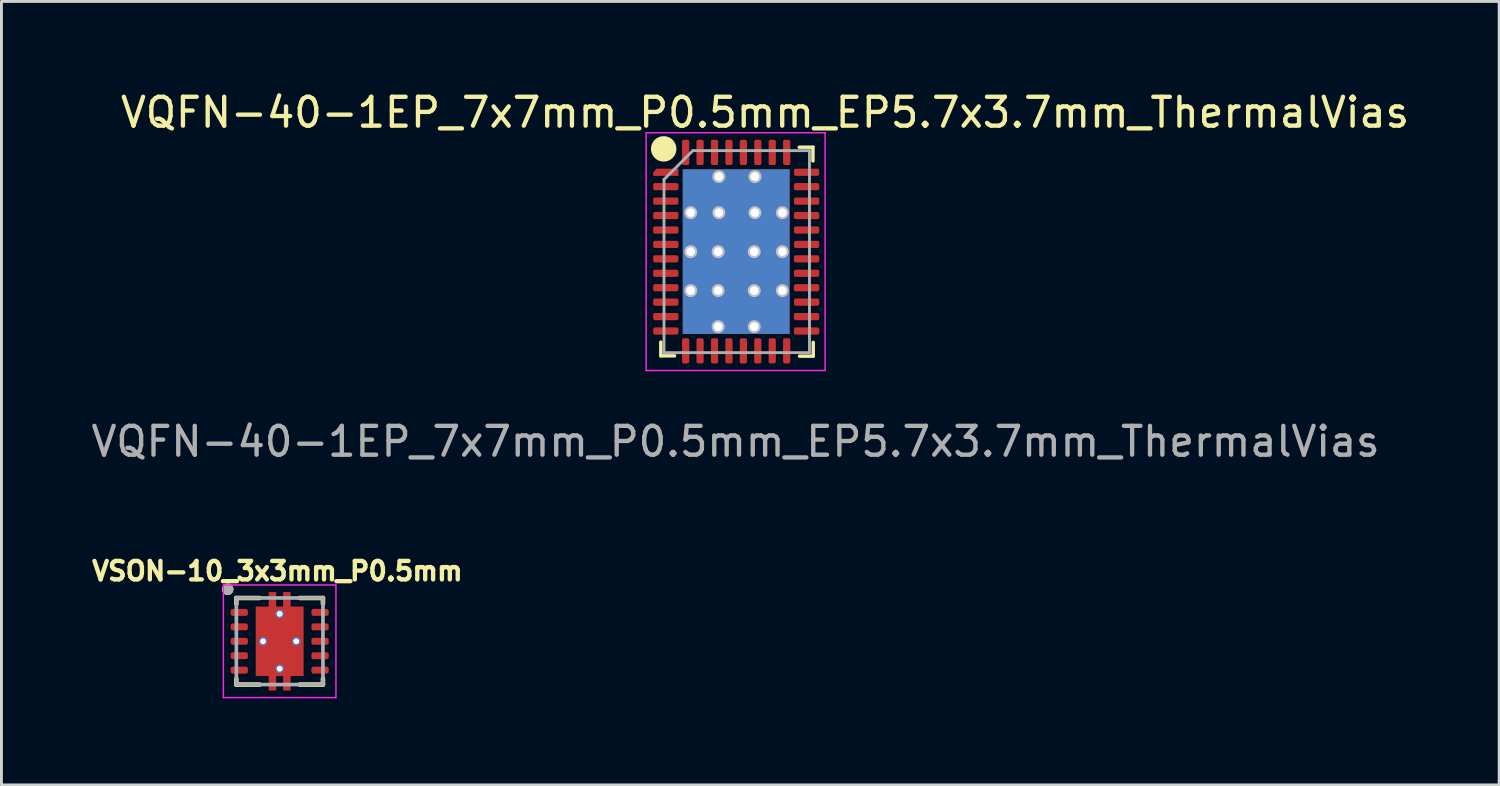
<source format=kicad_pcb>
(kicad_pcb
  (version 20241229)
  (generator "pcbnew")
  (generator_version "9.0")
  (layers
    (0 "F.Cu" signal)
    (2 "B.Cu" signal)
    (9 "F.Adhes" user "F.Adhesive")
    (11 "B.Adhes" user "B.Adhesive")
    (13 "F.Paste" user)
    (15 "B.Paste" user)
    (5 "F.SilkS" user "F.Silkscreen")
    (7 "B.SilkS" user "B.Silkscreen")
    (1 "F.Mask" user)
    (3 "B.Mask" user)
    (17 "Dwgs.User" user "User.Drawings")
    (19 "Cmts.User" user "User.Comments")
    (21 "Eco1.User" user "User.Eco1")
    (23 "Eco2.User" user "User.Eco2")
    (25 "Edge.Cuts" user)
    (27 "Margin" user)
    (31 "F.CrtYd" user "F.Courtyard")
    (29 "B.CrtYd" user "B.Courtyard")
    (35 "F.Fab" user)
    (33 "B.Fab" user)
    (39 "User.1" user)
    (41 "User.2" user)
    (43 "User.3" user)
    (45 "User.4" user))
  (footprint "VSON-10_3x3mm_P0.5mm"
    (layer "F.Cu")
    (at 6.639 19.168)
    (property "Reference" "VSON-10_3x3mm_P0.5mm" (at -0.078 -2.433 0) (layer "F.SilkS") (effects (font (size 0.64 0.64) (thickness 0.15))))
    (attr smd)
    (fp_poly (pts (xy -1.77 -1.19) (xy -1.03 -1.19) (xy -1.03 -0.81) (xy -1.77 -0.81)) (stroke (width 0.01) (type solid)) (fill yes) (layer "F.Mask"))
    (fp_poly (pts (xy -1.77 -0.69) (xy -1.03 -0.69) (xy -1.03 -0.31) (xy -1.77 -0.31)) (stroke (width 0.01) (type solid)) (fill yes) (layer "F.Mask"))
    (fp_poly (pts (xy -1.77 -0.19) (xy -1.03 -0.19) (xy -1.03 0.19) (xy -1.77 0.19)) (stroke (width 0.01) (type solid)) (fill yes) (layer "F.Mask"))
    (fp_poly (pts (xy -1.77 0.31) (xy -1.03 0.31) (xy -1.03 0.69) (xy -1.77 0.69)) (stroke (width 0.01) (type solid)) (fill yes) (layer "F.Mask"))
    (fp_poly (pts (xy -1.77 0.81) (xy -1.03 0.81) (xy -1.03 1.19) (xy -1.77 1.19)) (stroke (width 0.01) (type solid)) (fill yes) (layer "F.Mask"))
    (fp_poly (pts (xy 1.03 -1.19) (xy 1.77 -1.19) (xy 1.77 -0.81) (xy 1.03 -0.81)) (stroke (width 0.01) (type solid)) (fill yes) (layer "F.Mask"))
    (fp_poly (pts (xy 1.03 -0.69) (xy 1.77 -0.69) (xy 1.77 -0.31) (xy 1.03 -0.31)) (stroke (width 0.01) (type solid)) (fill yes) (layer "F.Mask"))
    (fp_poly (pts (xy 1.03 -0.19) (xy 1.77 -0.19) (xy 1.77 0.19) (xy 1.03 0.19)) (stroke (width 0.01) (type solid)) (fill yes) (layer "F.Mask"))
    (fp_poly (pts (xy 1.03 0.31) (xy 1.77 0.31) (xy 1.77 0.69) (xy 1.03 0.69)) (stroke (width 0.01) (type solid)) (fill yes) (layer "F.Mask"))
    (fp_poly (pts (xy 1.03 0.81) (xy 1.77 0.81) (xy 1.77 1.19) (xy 1.03 1.19)) (stroke (width 0.01) (type solid)) (fill yes) (layer "F.Mask"))
    (fp_poly (pts (xy -0.895 -1.27) (xy -0.445 -1.27) (xy -0.445 -1.77) (xy -0.055 -1.77) (xy -0.055 -1.27) (xy 0.055 -1.27) (xy 0.055 -1.77) (xy 0.445 -1.77) (xy 0.445 -1.27) (xy 0.895 -1.27) (xy 0.895 1.27) (xy 0.445 1.27) (xy 0.445 1.77) (xy 0.055 1.77) (xy 0.055 1.27) (xy -0.055 1.27) (xy -0.055 1.77) (xy -0.445 1.77) (xy -0.445 1.27) (xy -0.895 1.27)) (stroke (width 0.01) (type solid)) (fill yes) (layer "F.Mask"))
    (fp_line (start -1.5 -1.5) (end -1.5 -1.3) (stroke (width 0.159) (type solid)) (layer "F.SilkS"))
    (fp_line (start -1.5 -1.5) (end -0.695 -1.5) (stroke (width 0.159) (type solid)) (layer "F.SilkS"))
    (fp_line (start -1.5 1.3) (end -1.5 1.5) (stroke (width 0.159) (type solid)) (layer "F.SilkS"))
    (fp_line (start -1.5 1.5) (end -0.695 1.5) (stroke (width 0.159) (type solid)) (layer "F.SilkS"))
    (fp_line (start 0.695 -1.5) (end 1.5 -1.5) (stroke (width 0.159) (type solid)) (layer "F.SilkS"))
    (fp_line (start 0.695 1.5) (end 1.5 1.5) (stroke (width 0.159) (type solid)) (layer "F.SilkS"))
    (fp_line (start 1.5 -1.5) (end 1.5 -1.3) (stroke (width 0.159) (type solid)) (layer "F.SilkS"))
    (fp_line (start 1.5 1.3) (end 1.5 1.5) (stroke (width 0.159) (type solid)) (layer "F.SilkS"))
    (fp_circle (center -1.8 -1.8) (end -1.7 -1.8) (stroke (width 0.2) (type solid)) (fill no) (layer "F.SilkS"))
    (fp_poly (pts (xy -0.75 -1.16) (xy 0.75 -1.16) (xy 0.75 -0.1) (xy -0.75 -0.1)) (stroke (width 0.01) (type solid)) (fill yes) (layer "F.Paste"))
    (fp_poly (pts (xy -0.75 0.1) (xy 0.75 0.1) (xy 0.75 1.16) (xy -0.75 1.16)) (stroke (width 0.01) (type solid)) (fill yes) (layer "F.Paste"))
    (fp_poly (pts (xy -0.375 -1.7) (xy -0.125 -1.7) (xy -0.125 -1.36) (xy -0.375 -1.36)) (stroke (width 0.01) (type solid)) (fill yes) (layer "F.Paste"))
    (fp_poly (pts (xy -0.375 1.36) (xy -0.125 1.36) (xy -0.125 1.7) (xy -0.375 1.7)) (stroke (width 0.01) (type solid)) (fill yes) (layer "F.Paste"))
    (fp_poly (pts (xy 0.125 -1.7) (xy 0.375 -1.7) (xy 0.375 -1.36) (xy 0.125 -1.36)) (stroke (width 0.01) (type solid)) (fill yes) (layer "F.Paste"))
    (fp_poly (pts (xy 0.125 1.36) (xy 0.375 1.36) (xy 0.375 1.7) (xy 0.125 1.7)) (stroke (width 0.01) (type solid)) (fill yes) (layer "F.Paste"))
    (fp_line (start -1.95 -1.95) (end -1.95 1.95) (stroke (width 0.05) (type solid)) (layer "F.CrtYd"))
    (fp_line (start -1.95 -1.95) (end 1.95 -1.95) (stroke (width 0.05) (type solid)) (layer "F.CrtYd"))
    (fp_line (start -1.95 1.95) (end 1.95 1.95) (stroke (width 0.05) (type solid)) (layer "F.CrtYd"))
    (fp_line (start 1.95 -1.95) (end 1.95 1.95) (stroke (width 0.05) (type solid)) (layer "F.CrtYd"))
    (fp_line (start -1.5 -1.5) (end -1.5 1.5) (stroke (width 0.127) (type solid)) (layer "F.Fab"))
    (fp_line (start -1.5 -1.5) (end 1.5 -1.5) (stroke (width 0.127) (type solid)) (layer "F.Fab"))
    (fp_line (start -1.5 1.5) (end 1.5 1.5) (stroke (width 0.127) (type solid)) (layer "F.Fab"))
    (fp_line (start 1.5 -1.5) (end 1.5 1.5) (stroke (width 0.127) (type solid)) (layer "F.Fab"))
    (fp_circle (center -1.8 -1.8) (end -1.7 -1.8) (stroke (width 0.2) (type solid)) (fill no) (layer "F.Fab"))
    (pad "1" smd roundrect (at -1.4 -1) (size 0.6 0.24) (layers "F.Cu" "F.Paste") (roundrect_rratio 0.3))
    (pad "2" smd roundrect (at -1.4 -0.5) (size 0.6 0.24) (layers "F.Cu" "F.Paste") (roundrect_rratio 0.3))
    (pad "3" smd roundrect (at -1.4 0) (size 0.6 0.24) (layers "F.Cu" "F.Paste") (roundrect_rratio 0.3))
    (pad "4" smd roundrect (at -1.4 0.5) (size 0.6 0.24) (layers "F.Cu" "F.Paste") (roundrect_rratio 0.3))
    (pad "5" smd roundrect (at -1.4 1) (size 0.6 0.24) (layers "F.Cu" "F.Paste") (roundrect_rratio 0.3))
    (pad "6" smd roundrect (at 1.4 1) (size 0.6 0.24) (layers "F.Cu" "F.Paste") (roundrect_rratio 0.3))
    (pad "7" smd roundrect (at 1.4 0.5) (size 0.6 0.24) (layers "F.Cu" "F.Paste") (roundrect_rratio 0.3))
    (pad "8" smd roundrect (at 1.4 0) (size 0.6 0.24) (layers "F.Cu" "F.Paste") (roundrect_rratio 0.3))
    (pad "9" smd roundrect (at 1.4 -0.5) (size 0.6 0.24) (layers "F.Cu" "F.Paste") (roundrect_rratio 0.3))
    (pad "10" smd roundrect (at 1.4 -1) (size 0.6 0.24) (layers "F.Cu" "F.Paste") (roundrect_rratio 0.3))
    (pad "11" thru_hole circle (at -0.575 0) (size 0.3 0.3) (drill 0.2) (layers "*.Cu"))
    (pad "11" thru_hole circle (at 0 -0.95) (size 0.3 0.3) (drill 0.2) (layers "*.Cu" "F.Paste"))
    (pad "11" smd custom (at 0 0) (size 1.65 2.4) (layers "F.Cu") (options (anchor rect)) (primitives (gr_poly (pts (xy -0.825 -1.2) (xy -0.375 -1.2) (xy -0.375 -1.7) (xy -0.125 -1.7) (xy -0.125 -1.2) (xy 0.125 -1.2) (xy 0.125 -1.7) (xy 0.375 -1.7) (xy 0.375 -1.2) (xy 0.825 -1.2) (xy 0.825 1.2) (xy 0.375 1.2) (xy 0.375 1.7) (xy 0.125 1.7) (xy 0.125 1.2) (xy -0.125 1.2) (xy -0.125 1.7) (xy -0.375 1.7) (xy -0.375 1.2) (xy -0.825 1.2)) (width 0.01) (fill yes))))
    (pad "11" thru_hole circle (at 0 0.95) (size 0.3 0.3) (drill 0.2) (layers "*.Cu"))
    (pad "11" thru_hole circle (at 0.575 0) (size 0.3 0.3) (drill 0.2) (layers "*.Cu")))
  (footprint "VQFN-40-1EP_7x7mm_P0.5mm_EP5.7x3.7mm_ThermalVias"
    (layer "F.Cu")
    (at 22.455 5.668)
    (property "Reference" "VQFN-40-1EP_7x7mm_P0.5mm_EP5.7x3.7mm_ThermalVias" (at 1 -4.82 0) (layer "F.SilkS") (effects (font (size 1 1) (thickness 0.15))))
    (attr smd)
    (fp_line (start -2.61 3.61) (end -2.61 3.135) (stroke (width 0.12) (type solid)) (layer "F.SilkS"))
    (fp_line (start -2.135 3.61) (end -2.61 3.61) (stroke (width 0.12) (type solid)) (layer "F.SilkS"))
    (fp_line (start 2.185 -3.618) (end 2.66 -3.618) (stroke (width 0.12) (type solid)) (layer "F.SilkS"))
    (fp_line (start 2.195 3.62) (end 2.67 3.62) (stroke (width 0.12) (type solid)) (layer "F.SilkS"))
    (fp_line (start 2.66 -3.618) (end 2.66 -3.143) (stroke (width 0.12) (type solid)) (layer "F.SilkS"))
    (fp_line (start 2.67 3.62) (end 2.67 3.145) (stroke (width 0.12) (type solid)) (layer "F.SilkS"))
    (fp_circle (center -2.511 -3.56) (end -2.123 -3.51) (stroke (width 0.1) (type solid)) (fill yes) (layer "F.SilkS"))
    (fp_line (start -3.12 -4.12) (end -3.12 4.12) (stroke (width 0.05) (type solid)) (layer "F.CrtYd"))
    (fp_line (start -3.12 4.12) (end 3.08 4.12) (stroke (width 0.05) (type solid)) (layer "F.CrtYd"))
    (fp_line (start 3.08 -4.12) (end -3.12 -4.12) (stroke (width 0.05) (type solid)) (layer "F.CrtYd"))
    (fp_line (start 3.08 4.12) (end 3.08 -4.12) (stroke (width 0.05) (type solid)) (layer "F.CrtYd"))
    (fp_line (start -2.5 -2.5) (end -1.5 -3.5) (stroke (width 0.1) (type solid)) (layer "F.Fab"))
    (fp_line (start -2.5 3.5) (end -2.5 -2.5) (stroke (width 0.1) (type solid)) (layer "F.Fab"))
    (fp_line (start -1.5 -3.5) (end 2.54 -3.5) (stroke (width 0.1) (type solid)) (layer "F.Fab"))
    (fp_line (start 2.54 -3.5) (end 2.54 3.5) (stroke (width 0.1) (type solid)) (layer "F.Fab"))
    (fp_line (start 2.54 3.5) (end -2.5 3.5) (stroke (width 0.1) (type solid)) (layer "F.Fab"))
    (fp_text user "${REFERENCE}" (at -0.02 6.58 0) (layer "F.Fab") (effects (font (size 1 1) (thickness 0.15))))
    (pad "" smd roundrect (at -0.86 1.38) (size 1.28 2.14) (layers "F.Paste") (roundrect_rratio 0.12))
    (pad "" smd roundrect (at -0.75 -1.47) (size 1.28 2.14) (layers "F.Paste") (roundrect_rratio 0.12))
    (pad "" smd roundrect (at 0.8 -1.48) (size 1.28 2.14) (layers "F.Paste") (roundrect_rratio 0.12))
    (pad "" smd roundrect (at 0.84 1.37) (size 1.28 2.14) (layers "F.Paste") (roundrect_rratio 0.12))
    (pad "1" smd roundrect (at -2.438 -2.75) (size 0.875 0.25) (layers "F.Cu" "F.Mask" "F.Paste") (roundrect_rratio 0) (chamfer_ratio 0.5) (chamfer top_left))
    (pad "2" smd roundrect (at -2.438 -2.25) (size 0.875 0.25) (layers "F.Cu" "F.Mask" "F.Paste") (roundrect_rratio 0.25))
    (pad "3" smd roundrect (at -2.438 -1.75) (size 0.875 0.25) (layers "F.Cu" "F.Mask" "F.Paste") (roundrect_rratio 0.25))
    (pad "4" smd roundrect (at -2.438 -1.25) (size 0.875 0.25) (layers "F.Cu" "F.Mask" "F.Paste") (roundrect_rratio 0.25))
    (pad "5" smd roundrect (at -2.438 -0.75) (size 0.875 0.25) (layers "F.Cu" "F.Mask" "F.Paste") (roundrect_rratio 0.25))
    (pad "6" smd roundrect (at -2.438 -0.25) (size 0.875 0.25) (layers "F.Cu" "F.Mask" "F.Paste") (roundrect_rratio 0.25))
    (pad "7" smd roundrect (at -2.438 0.25) (size 0.875 0.25) (layers "F.Cu" "F.Mask" "F.Paste") (roundrect_rratio 0.25))
    (pad "8" smd roundrect (at -2.438 0.75) (size 0.875 0.25) (layers "F.Cu" "F.Mask" "F.Paste") (roundrect_rratio 0.25))
    (pad "9" smd roundrect (at -2.438 1.25) (size 0.875 0.25) (layers "F.Cu" "F.Mask" "F.Paste") (roundrect_rratio 0.25))
    (pad "10" smd roundrect (at -2.438 1.75) (size 0.875 0.25) (layers "F.Cu" "F.Mask" "F.Paste") (roundrect_rratio 0.25))
    (pad "11" smd roundrect (at -2.438 2.25) (size 0.875 0.25) (layers "F.Cu" "F.Mask" "F.Paste") (roundrect_rratio 0.25))
    (pad "12" smd roundrect (at -2.438 2.75) (size 0.875 0.25) (layers "F.Cu" "F.Mask" "F.Paste") (roundrect_rratio 0.25))
    (pad "13" smd roundrect (at -1.75 3.438) (size 0.25 0.875) (layers "F.Cu" "F.Mask" "F.Paste") (roundrect_rratio 0.25))
    (pad "14" smd roundrect (at -1.25 3.438) (size 0.25 0.875) (layers "F.Cu" "F.Mask" "F.Paste") (roundrect_rratio 0.25))
    (pad "15" smd roundrect (at -0.75 3.438) (size 0.25 0.875) (layers "F.Cu" "F.Mask" "F.Paste") (roundrect_rratio 0.25))
    (pad "16" smd roundrect (at -0.25 3.438) (size 0.25 0.875) (layers "F.Cu" "F.Mask" "F.Paste") (roundrect_rratio 0.25))
    (pad "17" smd roundrect (at 0.25 3.438) (size 0.25 0.875) (layers "F.Cu" "F.Mask" "F.Paste") (roundrect_rratio 0.25))
    (pad "18" smd roundrect (at 0.75 3.438) (size 0.25 0.875) (layers "F.Cu" "F.Mask" "F.Paste") (roundrect_rratio 0.25))
    (pad "19" smd roundrect (at 1.25 3.438) (size 0.25 0.875) (layers "F.Cu" "F.Mask" "F.Paste") (roundrect_rratio 0.25))
    (pad "20" smd roundrect (at 1.75 3.438) (size 0.25 0.875) (layers "F.Cu" "F.Mask" "F.Paste") (roundrect_rratio 0.25))
    (pad "21" smd roundrect (at 2.44 2.75) (size 0.875 0.25) (layers "F.Cu" "F.Mask" "F.Paste") (roundrect_rratio 0.25))
    (pad "22" smd roundrect (at 2.44 2.25) (size 0.875 0.25) (layers "F.Cu" "F.Mask" "F.Paste") (roundrect_rratio 0.25))
    (pad "23" smd roundrect (at 2.44 1.75) (size 0.875 0.25) (layers "F.Cu" "F.Mask" "F.Paste") (roundrect_rratio 0.25))
    (pad "24" smd roundrect (at 2.44 1.25) (size 0.875 0.25) (layers "F.Cu" "F.Mask" "F.Paste") (roundrect_rratio 0.25))
    (pad "25" smd roundrect (at 2.44 0.75) (size 0.875 0.25) (layers "F.Cu" "F.Mask" "F.Paste") (roundrect_rratio 0.25))
    (pad "26" smd roundrect (at 2.44 0.25) (size 0.875 0.25) (layers "F.Cu" "F.Mask" "F.Paste") (roundrect_rratio 0.25))
    (pad "27" smd roundrect (at 2.44 -0.25) (size 0.875 0.25) (layers "F.Cu" "F.Mask" "F.Paste") (roundrect_rratio 0.25))
    (pad "28" smd roundrect (at 2.44 -0.75) (size 0.875 0.25) (layers "F.Cu" "F.Mask" "F.Paste") (roundrect_rratio 0.25))
    (pad "29" smd roundrect (at 2.44 -1.25) (size 0.875 0.25) (layers "F.Cu" "F.Mask" "F.Paste") (roundrect_rratio 0.25))
    (pad "30" smd roundrect (at 2.44 -1.75) (size 0.875 0.25) (layers "F.Cu" "F.Mask" "F.Paste") (roundrect_rratio 0.25))
    (pad "31" smd roundrect (at 2.44 -2.25) (size 0.875 0.25) (layers "F.Cu" "F.Mask" "F.Paste") (roundrect_rratio 0.25))
    (pad "32" smd roundrect (at 2.44 -2.75) (size 0.875 0.25) (layers "F.Cu" "F.Mask" "F.Paste") (roundrect_rratio 0.25))
    (pad "33" smd roundrect (at 1.75 -3.438) (size 0.25 0.875) (layers "F.Cu" "F.Mask" "F.Paste") (roundrect_rratio 0.25))
    (pad "34" smd roundrect (at 1.25 -3.438) (size 0.25 0.875) (layers "F.Cu" "F.Mask" "F.Paste") (roundrect_rratio 0.25))
    (pad "35" smd roundrect (at 0.75 -3.438) (size 0.25 0.875) (layers "F.Cu" "F.Mask" "F.Paste") (roundrect_rratio 0.25))
    (pad "36" smd roundrect (at 0.25 -3.438) (size 0.25 0.875) (layers "F.Cu" "F.Mask" "F.Paste") (roundrect_rratio 0.25))
    (pad "37" smd roundrect (at -0.25 -3.438) (size 0.25 0.875) (layers "F.Cu" "F.Mask" "F.Paste") (roundrect_rratio 0.25))
    (pad "38" smd roundrect (at -0.75 -3.438) (size 0.25 0.875) (layers "F.Cu" "F.Mask" "F.Paste") (roundrect_rratio 0.25))
    (pad "39" smd roundrect (at -1.25 -3.438) (size 0.25 0.875) (layers "F.Cu" "F.Mask" "F.Paste") (roundrect_rratio 0.25))
    (pad "40" smd roundrect (at -1.75 -3.438) (size 0.25 0.875) (layers "F.Cu" "F.Mask" "F.Paste") (roundrect_rratio 0.25))
    (pad "41" thru_hole circle (at -1.575 -1.35 180) (size 0.45 0.45) (drill 0.3) (layers "*.Cu" "Dwgs.User"))
    (pad "41" thru_hole circle (at -1.575 0 180) (size 0.45 0.45) (drill 0.3) (layers "*.Cu" "Dwgs.User"))
    (pad "41" thru_hole circle (at -1.575 1.35 180) (size 0.45 0.45) (drill 0.3) (layers "*.Cu" "Dwgs.User"))
    (pad "41" thru_hole circle (at -0.625 0 180) (size 0.45 0.45) (drill 0.3) (layers "*.Cu" "Dwgs.User"))
    (pad "41" thru_hole circle (at -0.625 1.35 180) (size 0.45 0.45) (drill 0.3) (layers "*.Cu" "Dwgs.User"))
    (pad "41" thru_hole circle (at -0.625 2.6 180) (size 0.45 0.45) (drill 0.3) (layers "*.Cu" "Dwgs.User"))
    (pad "41" thru_hole circle (at -0.6 -2.6 180) (size 0.45 0.45) (drill 0.3) (layers "*.Cu" "Dwgs.User"))
    (pad "41" thru_hole circle (at -0.6 -1.35 180) (size 0.45 0.45) (drill 0.3) (layers "*.Cu" "Dwgs.User"))
    (pad "41" smd rect (at 0 0) (size 3.7 5.7) (layers "F.Cu" "F.Mask"))
    (pad "41" smd rect (at 0 0) (size 3.7 5.7) (layers "B.Cu"))
    (pad "41" thru_hole circle (at 0.625 0 180) (size 0.45 0.45) (drill 0.3) (layers "*.Cu" "Dwgs.User"))
    (pad "41" thru_hole circle (at 0.625 1.35 180) (size 0.45 0.45) (drill 0.3) (layers "*.Cu" "Dwgs.User"))
    (pad "41" thru_hole circle (at 0.625 2.6 180) (size 0.45 0.45) (drill 0.3) (layers "*.Cu" "Dwgs.User"))
    (pad "41" thru_hole circle (at 0.65 -2.6 180) (size 0.45 0.45) (drill 0.3) (layers "*.Cu" "Dwgs.User"))
    (pad "41" thru_hole circle (at 0.65 -1.35 180) (size 0.45 0.45) (drill 0.3) (layers "*.Cu" "Dwgs.User"))
    (pad "41" thru_hole circle (at 1.6 -1.35 180) (size 0.45 0.45) (drill 0.3) (layers "*.Cu" "Dwgs.User"))
    (pad "41" thru_hole circle (at 1.6 0 180) (size 0.45 0.45) (drill 0.3) (layers "*.Cu" "Dwgs.User"))
    (pad "41" thru_hole circle (at 1.6 1.35 180) (size 0.45 0.45) (drill 0.3) (layers "*.Cu" "Dwgs.User")))
  (gr_rect
    (start -3 -3)
    (end 48.889 24.143)
    (stroke (width 0.1) (type default))
    (fill no)
    (layer "Edge.Cuts")))
</source>
